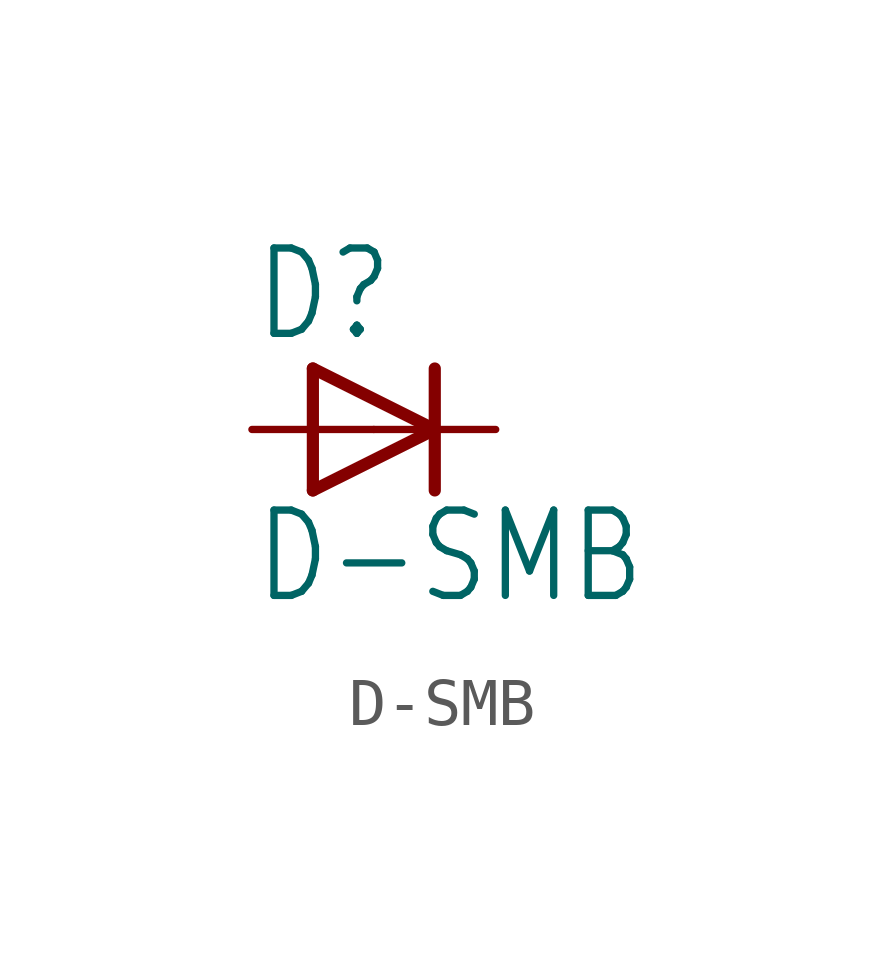
<source format=kicad_sym>
(kicad_symbol_lib
  (version 20201005)
  (generator kicad_symbol_editor)
  (symbol "D-SMB"
    (property "Reference" "D"
      (at -2.54 1.778 0)
      (effects (font (size 1.778 1.511)) (justify left bottom)))
    (property "Value" "D-SMB"
      (at -2.54 -3.683 0)
      (effects (font (size 1.778 1.511)) (justify left bottom)))
    (property "ki_locked" ""
      (at 0 0 0)
      (effects (font (size 1.27 1.27))))
    (symbol "D-SMB_1_0"
      (polyline (pts (xy -1.27 -1.27) (xy 1.27 0)) (stroke (width 0.254)) (fill (type none)))
      (polyline (pts (xy -1.27 1.27) (xy -1.27 -1.27)) (stroke (width 0.254)) (fill (type none)))
      (polyline (pts (xy 1.27 0) (xy -1.27 1.27)) (stroke (width 0.254)) (fill (type none)))
      (polyline (pts (xy 1.27 0) (xy 1.27 -1.27)) (stroke (width 0.254)) (fill (type none)))
      (polyline (pts (xy 1.27 1.27) (xy 1.27 0)) (stroke (width 0.254)) (fill (type none)))
      (pin passive line (at -2.54 0 0) (length 2.54) (name "A" (effects (font (size 0 0)))) (number "A" (effects (font (size 0 0)))))
      (pin passive line (at 2.54 0 180) (length 2.54) (name "C" (effects (font (size 0 0)))) (number "C" (effects (font (size 0 0))))))))
</source>
